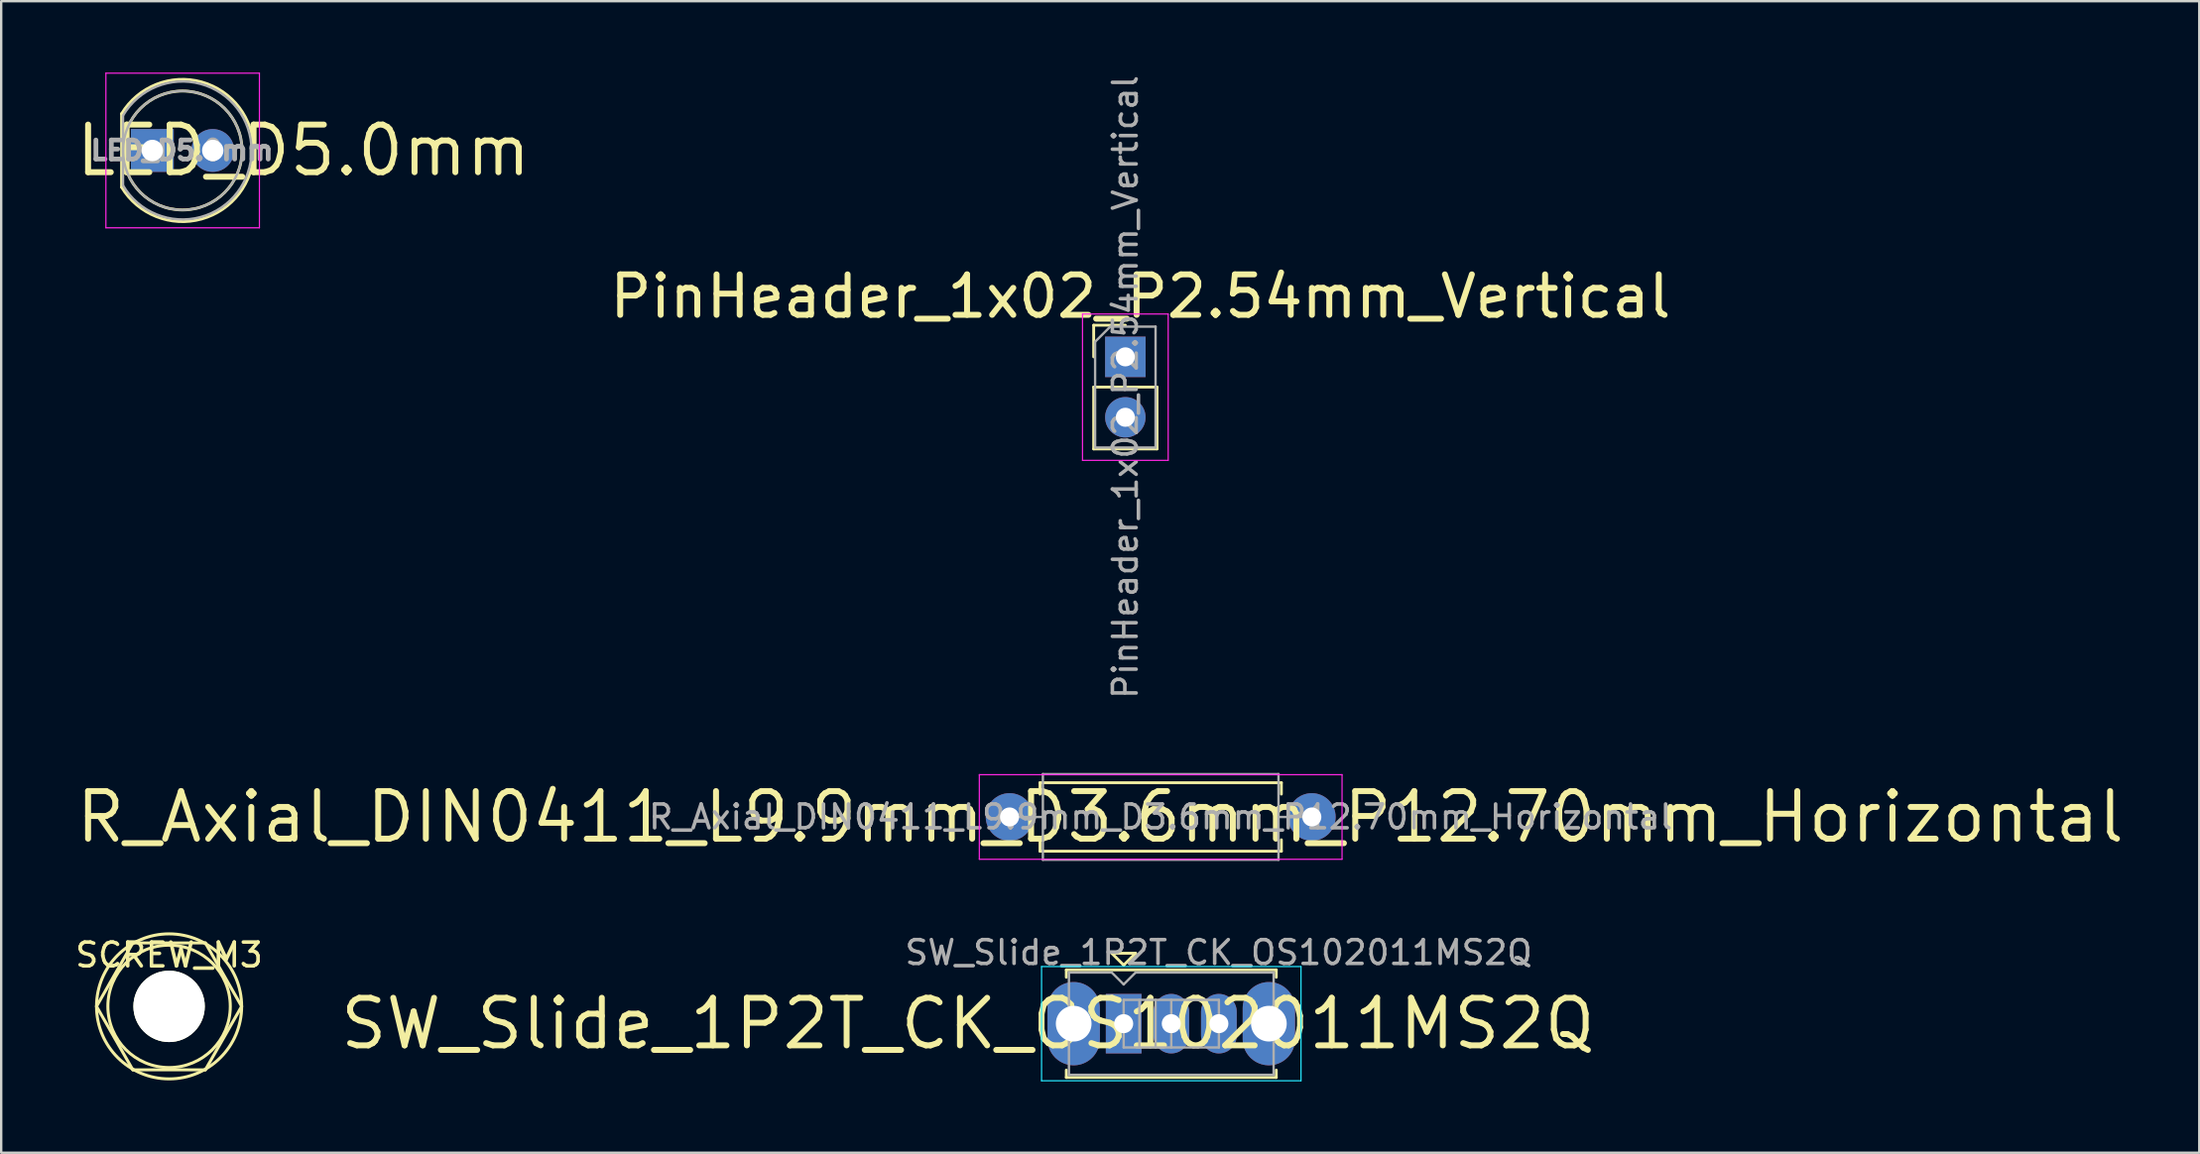
<source format=kicad_pcb>
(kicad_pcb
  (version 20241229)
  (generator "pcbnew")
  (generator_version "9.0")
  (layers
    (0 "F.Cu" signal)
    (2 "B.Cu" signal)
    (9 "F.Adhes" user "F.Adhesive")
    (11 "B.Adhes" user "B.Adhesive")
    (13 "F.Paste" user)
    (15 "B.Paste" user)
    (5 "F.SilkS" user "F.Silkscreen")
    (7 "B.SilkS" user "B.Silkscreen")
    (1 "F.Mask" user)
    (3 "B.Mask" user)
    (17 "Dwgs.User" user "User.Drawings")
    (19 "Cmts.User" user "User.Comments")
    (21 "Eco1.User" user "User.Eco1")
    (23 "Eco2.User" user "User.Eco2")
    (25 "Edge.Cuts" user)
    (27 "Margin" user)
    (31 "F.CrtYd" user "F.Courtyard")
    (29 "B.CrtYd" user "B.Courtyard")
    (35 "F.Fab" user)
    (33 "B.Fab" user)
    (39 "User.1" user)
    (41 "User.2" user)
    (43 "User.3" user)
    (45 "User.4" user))
  (footprint "LED_D5.0mm"
    (layer "F.Cu")
    (at 3.349 3.275)
    (property "Reference" "LED_D5.0mm" (at 6.35 0 0) (layer "F.SilkS") (effects (font (size 2 2) (thickness 0.25))))
    (attr through_hole)
    (fp_line (start -1.29 -1.545) (end -1.29 1.545) (stroke (width 0.12) (type solid)) (layer "F.SilkS"))
    (fp_arc (start -1.29 -1.54483) (mid 2.072002 -2.880433) (end 4.26 0.000462) (stroke (width 0.12) (type solid)) (layer "F.SilkS"))
    (fp_arc (start 4.26 -0.000462) (mid 2.072002 2.880433) (end -1.29 1.54483) (stroke (width 0.12) (type solid)) (layer "F.SilkS"))
    (fp_circle (center 1.27 0) (end 3.77 0) (stroke (width 0.12) (type solid)) (fill no) (layer "F.SilkS"))
    (fp_line (start -1.95 -3.25) (end -1.95 3.25) (stroke (width 0.05) (type solid)) (layer "F.CrtYd"))
    (fp_line (start -1.95 3.25) (end 4.5 3.25) (stroke (width 0.05) (type solid)) (layer "F.CrtYd"))
    (fp_line (start 4.5 -3.25) (end -1.95 -3.25) (stroke (width 0.05) (type solid)) (layer "F.CrtYd"))
    (fp_line (start 4.5 3.25) (end 4.5 -3.25) (stroke (width 0.05) (type solid)) (layer "F.CrtYd"))
    (fp_line (start -1.23 -1.47) (end -1.23 1.47) (stroke (width 0.1) (type solid)) (layer "F.Fab"))
    (fp_arc (start -1.23 -1.469694) (mid 4.17 0.000016) (end -1.230016 1.469666) (stroke (width 0.1) (type solid)) (layer "F.Fab"))
    (fp_circle (center 1.27 0) (end 3.77 0) (stroke (width 0.1) (type solid)) (fill no) (layer "F.Fab"))
    (fp_text user "${REFERENCE}" (at 1.25 0 0) (layer "F.Fab") (effects (font (size 0.8 0.8) (thickness 0.2))))
    (pad "1" thru_hole rect (at 0 0) (size 1.8 1.8) (drill 0.9) (layers "*.Cu" "*.Mask"))
    (pad "2" thru_hole circle (at 2.54 0) (size 1.8 1.8) (drill 0.9) (layers "*.Cu" "*.Mask")))
  (footprint "R_Axial_DIN0411_L9.9mm_D3.6mm_P12.70mm_Horizontal"
    (layer "F.Cu")
    (at 39.365 31.29)
    (property "Reference" "R_Axial_DIN0411_L9.9mm_D3.6mm_P12.70mm_Horizontal" (at 3.81 0 0) (layer "F.SilkS") (effects (font (size 2 2) (thickness 0.25))))
    (attr through_hole)
    (fp_line (start 1.28 -1.44) (end 11.42 -1.44) (stroke (width 0.12) (type solid)) (layer "F.SilkS"))
    (fp_line (start 1.28 -0.96) (end 1.28 -1.44) (stroke (width 0.12) (type solid)) (layer "F.SilkS"))
    (fp_line (start 1.28 0.96) (end 1.28 1.44) (stroke (width 0.12) (type solid)) (layer "F.SilkS"))
    (fp_line (start 1.28 1.44) (end 11.42 1.44) (stroke (width 0.12) (type solid)) (layer "F.SilkS"))
    (fp_line (start 11.42 -1.44) (end 11.42 -0.96) (stroke (width 0.12) (type solid)) (layer "F.SilkS"))
    (fp_line (start 11.42 1.44) (end 11.42 0.96) (stroke (width 0.12) (type solid)) (layer "F.SilkS"))
    (fp_line (start -1.27 -1.778) (end -1.27 1.778) (stroke (width 0.05) (type solid)) (layer "F.CrtYd"))
    (fp_line (start -1.27 1.778) (end 13.97 1.778) (stroke (width 0.05) (type solid)) (layer "F.CrtYd"))
    (fp_line (start 13.97 -1.778) (end -1.27 -1.778) (stroke (width 0.05) (type solid)) (layer "F.CrtYd"))
    (fp_line (start 13.97 1.778) (end 13.97 -1.778) (stroke (width 0.05) (type solid)) (layer "F.CrtYd"))
    (fp_line (start 0 0) (end 1.4 0) (stroke (width 0.1) (type solid)) (layer "F.Fab"))
    (fp_line (start 1.4 -1.8) (end 1.4 1.8) (stroke (width 0.1) (type solid)) (layer "F.Fab"))
    (fp_line (start 1.4 1.8) (end 11.3 1.8) (stroke (width 0.1) (type solid)) (layer "F.Fab"))
    (fp_line (start 11.3 -1.8) (end 1.4 -1.8) (stroke (width 0.1) (type solid)) (layer "F.Fab"))
    (fp_line (start 11.3 1.8) (end 11.3 -1.8) (stroke (width 0.1) (type solid)) (layer "F.Fab"))
    (fp_line (start 12.7 0) (end 11.3 0) (stroke (width 0.1) (type solid)) (layer "F.Fab"))
    (fp_text user "${REFERENCE}" (at 6.35 0 0) (layer "F.Fab") (effects (font (size 1 1) (thickness 0.15))))
    (pad "1" thru_hole circle (at 0 0) (size 2 2) (drill 0.8) (layers "*.Cu" "*.Mask"))
    (pad "2" thru_hole circle (at 12.7 0) (size 2 2) (drill 0.8) (layers "*.Cu" "*.Mask")))
  (footprint "SCREW_M3"
    (layer "F.Cu")
    (at 4.054 39.252)
    (property "Reference" "SCREW_M3" (at 0 -2.159 0) (layer "F.SilkS") (effects (font (size 1 1) (thickness 0.15))))
    (attr through_hole)
    (fp_line (start -3.048 0) (end -1.524 2.667) (stroke (width 0.127) (type solid)) (layer "F.SilkS"))
    (fp_line (start -1.524 -2.667) (end -3.048 0) (stroke (width 0.127) (type solid)) (layer "F.SilkS"))
    (fp_line (start -1.524 2.667) (end 1.524 2.667) (stroke (width 0.127) (type solid)) (layer "F.SilkS"))
    (fp_line (start 1.524 -2.667) (end -1.524 -2.667) (stroke (width 0.127) (type solid)) (layer "F.SilkS"))
    (fp_line (start 1.524 2.667) (end 3.048 0) (stroke (width 0.127) (type solid)) (layer "F.SilkS"))
    (fp_line (start 3.048 0) (end 1.524 -2.667) (stroke (width 0.127) (type solid)) (layer "F.SilkS"))
    (fp_circle (center 0 0) (end 2.159 -1.397) (stroke (width 0.127) (type solid)) (fill no) (layer "F.SilkS"))
    (fp_circle (center 0 0) (end 3.048 0) (stroke (width 0.127) (type solid)) (fill no) (layer "F.SilkS"))
    (pad "" np_thru_hole circle (at 0 0) (size 3 3) (drill 3) (layers "*.Cu" "*.Mask" "F.SilkS")))
  (footprint "SW_Slide_1P2T_CK_OS102011MS2Q"
    (layer "F.Cu")
    (at 44.16 39.979)
    (property "Reference" "SW_Slide_1P2T_CK_OS102011MS2Q" (at -6.545 0 0) (layer "F.SilkS") (effects (font (size 2 2) (thickness 0.25))))
    (attr through_hole)
    (fp_line (start -2.41 -2.26) (end 6.41 -2.26) (stroke (width 0.12) (type solid)) (layer "F.SilkS"))
    (fp_line (start -2.41 -1.95) (end -2.41 -2.26) (stroke (width 0.12) (type solid)) (layer "F.SilkS"))
    (fp_line (start -2.41 2.26) (end -2.41 1.95) (stroke (width 0.12) (type solid)) (layer "F.SilkS"))
    (fp_line (start -0.5 -2.96) (end 0 -2.46) (stroke (width 0.12) (type solid)) (layer "F.SilkS"))
    (fp_line (start 0 -2.46) (end 0.5 -2.96) (stroke (width 0.12) (type solid)) (layer "F.SilkS"))
    (fp_line (start 0.5 -2.96) (end -0.5 -2.96) (stroke (width 0.12) (type solid)) (layer "F.SilkS"))
    (fp_line (start 6.41 -2.26) (end 6.41 -1.95) (stroke (width 0.12) (type solid)) (layer "F.SilkS"))
    (fp_line (start 6.41 2.26) (end -2.41 2.26) (stroke (width 0.12) (type solid)) (layer "F.SilkS"))
    (fp_line (start 6.41 2.26) (end 6.41 1.95) (stroke (width 0.12) (type solid)) (layer "F.SilkS"))
    (fp_line (start -3.45 -2.4) (end 7.45 -2.4) (stroke (width 0.05) (type solid)) (layer "B.CrtYd"))
    (fp_line (start -3.45 2.4) (end -3.45 -2.4) (stroke (width 0.05) (type solid)) (layer "B.CrtYd"))
    (fp_line (start 7.45 -2.4) (end 7.45 2.4) (stroke (width 0.05) (type solid)) (layer "B.CrtYd"))
    (fp_line (start 7.45 2.4) (end -3.45 2.4) (stroke (width 0.05) (type solid)) (layer "B.CrtYd"))
    (fp_line (start -2.3 -2.15) (end -0.5 -2.15) (stroke (width 0.1) (type solid)) (layer "F.Fab"))
    (fp_line (start -2.3 2.15) (end -2.3 -2.15) (stroke (width 0.1) (type solid)) (layer "F.Fab"))
    (fp_line (start -0.5 -2.15) (end 0 -1.65) (stroke (width 0.1) (type solid)) (layer "F.Fab"))
    (fp_line (start 0 -1.65) (end 0.5 -2.15) (stroke (width 0.1) (type solid)) (layer "F.Fab"))
    (fp_line (start 0 -1) (end 0 1) (stroke (width 0.1) (type solid)) (layer "F.Fab"))
    (fp_line (start 0 -1) (end 4 -1) (stroke (width 0.1) (type solid)) (layer "F.Fab"))
    (fp_line (start 0 1) (end 4 1) (stroke (width 0.1) (type solid)) (layer "F.Fab"))
    (fp_line (start 0.5 -2.15) (end 6.3 -2.15) (stroke (width 0.1) (type solid)) (layer "F.Fab"))
    (fp_line (start 0.66 -1) (end 0.66 1) (stroke (width 0.1) (type solid)) (layer "F.Fab"))
    (fp_line (start 1.34 -1) (end 1.34 1) (stroke (width 0.1) (type solid)) (layer "F.Fab"))
    (fp_line (start 2 -1) (end 2 1) (stroke (width 0.1) (type solid)) (layer "F.Fab"))
    (fp_line (start 4 -1) (end 4 1) (stroke (width 0.1) (type solid)) (layer "F.Fab"))
    (fp_line (start 6.3 -2.15) (end 6.3 2.15) (stroke (width 0.1) (type solid)) (layer "F.Fab"))
    (fp_line (start 6.3 2.15) (end -2.3 2.15) (stroke (width 0.1) (type solid)) (layer "F.Fab"))
    (fp_text user "${REFERENCE}" (at 3.99 -2.99 0) (layer "F.Fab") (effects (font (size 1 1) (thickness 0.15))))
    (pad "" thru_hole oval (at -2.1 0) (size 2.2 3.5) (drill 1.5) (layers "*.Cu" "*.Mask"))
    (pad "" thru_hole oval (at 6.1 0) (size 2.2 3.5) (drill 1.5) (layers "*.Cu" "*.Mask"))
    (pad "1" thru_hole rect (at 0 0) (size 1.5 2.5) (drill 0.8) (layers "*.Cu" "*.Mask"))
    (pad "2" thru_hole oval (at 2 0) (size 1.5 2.5) (drill 0.8) (layers "*.Cu" "*.Mask"))
    (pad "3" thru_hole oval (at 4 0) (size 1.5 2.5) (drill 0.8) (layers "*.Cu" "*.Mask")))
  (footprint "PinHeader_1x02_P2.54mm_Vertical"
    (layer "F.Cu")
    (at 44.23 11.95)
    (property "Reference" "PinHeader_1x02_P2.54mm_Vertical" (at 0.635 -2.54 0) (layer "F.SilkS") (effects (font (size 1.7 1.7) (thickness 0.25))))
    (attr through_hole)
    (fp_line (start -1.33 -1.33) (end 0 -1.33) (stroke (width 0.12) (type solid)) (layer "F.SilkS"))
    (fp_line (start -1.33 0) (end -1.33 -1.33) (stroke (width 0.12) (type solid)) (layer "F.SilkS"))
    (fp_line (start -1.33 1.27) (end -1.33 3.87) (stroke (width 0.12) (type solid)) (layer "F.SilkS"))
    (fp_line (start -1.33 1.27) (end 1.33 1.27) (stroke (width 0.12) (type solid)) (layer "F.SilkS"))
    (fp_line (start -1.33 3.87) (end 1.33 3.87) (stroke (width 0.12) (type solid)) (layer "F.SilkS"))
    (fp_line (start 1.33 1.27) (end 1.33 3.87) (stroke (width 0.12) (type solid)) (layer "F.SilkS"))
    (fp_line (start -1.8 -1.8) (end -1.8 4.35) (stroke (width 0.05) (type solid)) (layer "F.CrtYd"))
    (fp_line (start -1.8 4.35) (end 1.8 4.35) (stroke (width 0.05) (type solid)) (layer "F.CrtYd"))
    (fp_line (start 1.8 -1.8) (end -1.8 -1.8) (stroke (width 0.05) (type solid)) (layer "F.CrtYd"))
    (fp_line (start 1.8 4.35) (end 1.8 -1.8) (stroke (width 0.05) (type solid)) (layer "F.CrtYd"))
    (fp_line (start -1.27 -0.635) (end -0.635 -1.27) (stroke (width 0.1) (type solid)) (layer "F.Fab"))
    (fp_line (start -1.27 3.81) (end -1.27 -0.635) (stroke (width 0.1) (type solid)) (layer "F.Fab"))
    (fp_line (start -0.635 -1.27) (end 1.27 -1.27) (stroke (width 0.1) (type solid)) (layer "F.Fab"))
    (fp_line (start 1.27 -1.27) (end 1.27 3.81) (stroke (width 0.1) (type solid)) (layer "F.Fab"))
    (fp_line (start 1.27 3.81) (end -1.27 3.81) (stroke (width 0.1) (type solid)) (layer "F.Fab"))
    (fp_text user "${REFERENCE}" (at 0 1.27 90) (layer "F.Fab") (effects (font (size 1 1) (thickness 0.15))))
    (pad "1" thru_hole rect (at 0 0) (size 1.7 1.7) (drill 0.8) (layers "*.Cu" "*.Mask"))
    (pad "2" thru_hole oval (at 0 2.54) (size 1.7 1.7) (drill 0.8) (layers "*.Cu" "*.Mask")))
  (gr_rect
    (start -3 -3)
    (end 89.35 45.404)
    (stroke (width 0.1) (type default))
    (fill no)
    (layer "Edge.Cuts")))
</source>
